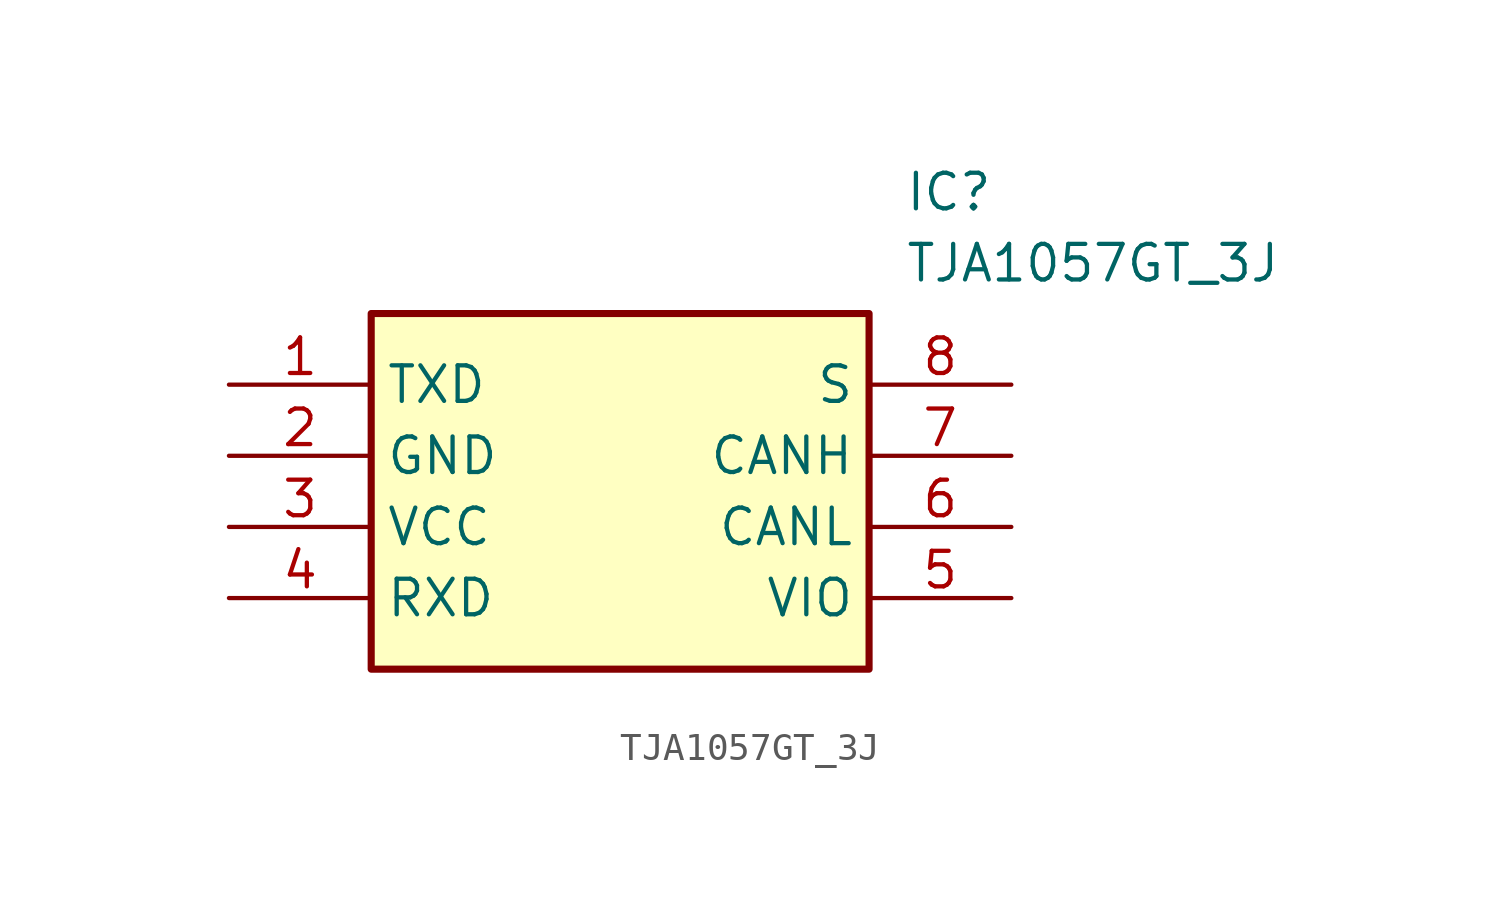
<source format=kicad_sym>
(kicad_symbol_lib
  (version 20211014)
  (generator SamacSys_ECAD_Model)
  (symbol "TJA1057GT_3J"
    (property "Reference" "IC"
      (at 24.13 7.62 0)
      (effects (font (size 1.27 1.27)) (justify left top)))
    (property "Value" "TJA1057GT_3J"
      (at 24.13 5.08 0)
      (effects (font (size 1.27 1.27)) (justify left top)))
    (rectangle
      (start 5.08 2.54)
      (end 22.86 -10.16)
      (stroke (width 0.254) (type default))
      (fill (type background)))
    (pin passive line
      (at 0 0 0)
      (length 5.08)
      (name "TXD" (effects (font (size 1.27 1.27))))
      (number "1" (effects (font (size 1.27 1.27)))))
    (pin passive line
      (at 0 -2.54 0)
      (length 5.08)
      (name "GND" (effects (font (size 1.27 1.27))))
      (number "2" (effects (font (size 1.27 1.27)))))
    (pin passive line
      (at 0 -5.08 0)
      (length 5.08)
      (name "VCC" (effects (font (size 1.27 1.27))))
      (number "3" (effects (font (size 1.27 1.27)))))
    (pin passive line
      (at 0 -7.62 0)
      (length 5.08)
      (name "RXD" (effects (font (size 1.27 1.27))))
      (number "4" (effects (font (size 1.27 1.27)))))
    (pin passive line
      (at 27.94 0 180)
      (length 5.08)
      (name "S" (effects (font (size 1.27 1.27))))
      (number "8" (effects (font (size 1.27 1.27)))))
    (pin passive line
      (at 27.94 -2.54 180)
      (length 5.08)
      (name "CANH" (effects (font (size 1.27 1.27))))
      (number "7" (effects (font (size 1.27 1.27)))))
    (pin passive line
      (at 27.94 -5.08 180)
      (length 5.08)
      (name "CANL" (effects (font (size 1.27 1.27))))
      (number "6" (effects (font (size 1.27 1.27)))))
    (pin passive line
      (at 27.94 -7.62 180)
      (length 5.08)
      (name "VIO" (effects (font (size 1.27 1.27))))
      (number "5" (effects (font (size 1.27 1.27)))))))
</source>
